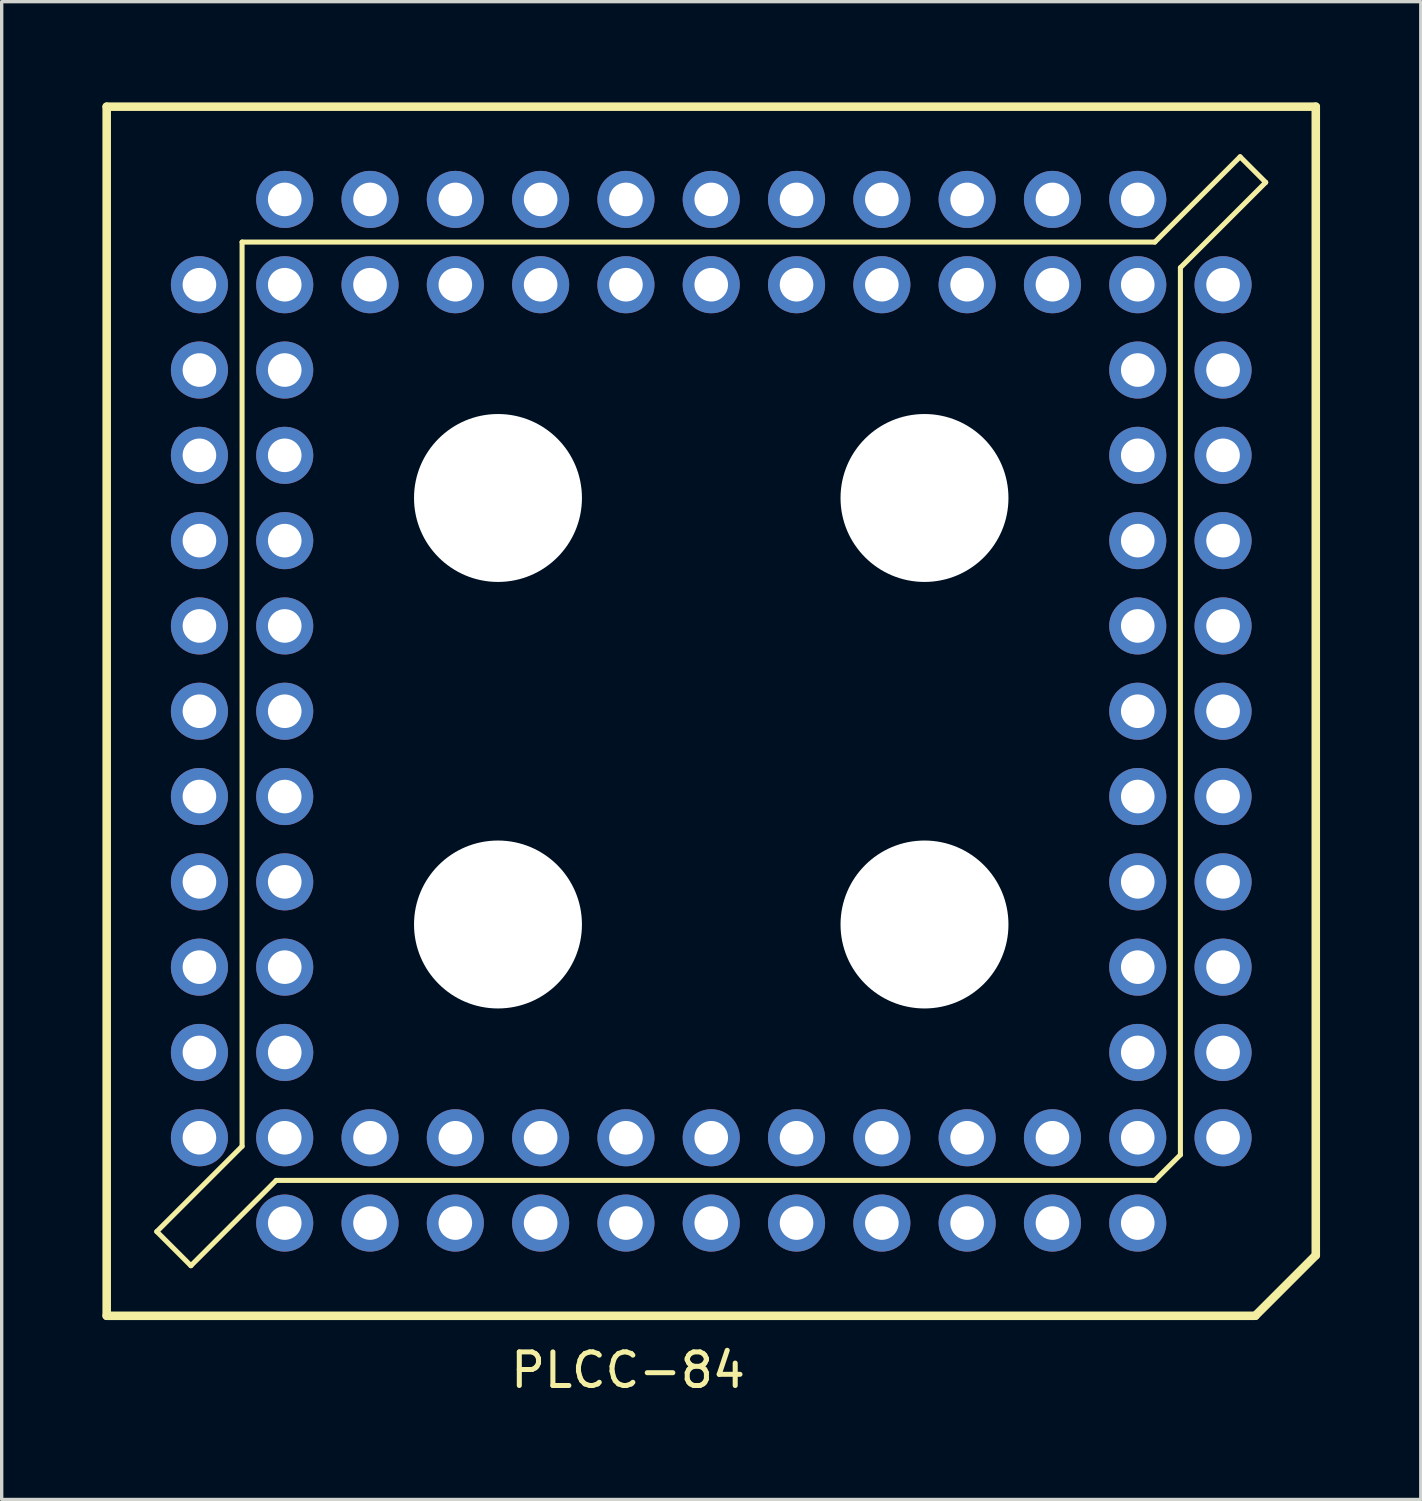
<source format=kicad_pcb>
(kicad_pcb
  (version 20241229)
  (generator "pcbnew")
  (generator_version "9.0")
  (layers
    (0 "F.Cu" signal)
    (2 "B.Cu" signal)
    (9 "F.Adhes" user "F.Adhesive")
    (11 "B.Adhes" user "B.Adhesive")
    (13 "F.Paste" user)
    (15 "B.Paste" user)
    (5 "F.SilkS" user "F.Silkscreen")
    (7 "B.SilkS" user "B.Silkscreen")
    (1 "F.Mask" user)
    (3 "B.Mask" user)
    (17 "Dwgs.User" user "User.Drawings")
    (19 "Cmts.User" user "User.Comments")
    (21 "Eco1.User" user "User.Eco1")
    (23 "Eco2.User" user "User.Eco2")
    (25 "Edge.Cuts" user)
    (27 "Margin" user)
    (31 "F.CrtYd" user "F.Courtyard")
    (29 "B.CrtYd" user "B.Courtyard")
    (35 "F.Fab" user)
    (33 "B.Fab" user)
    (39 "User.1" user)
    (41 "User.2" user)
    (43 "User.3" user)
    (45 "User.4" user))
  (footprint "PLCC-84"
    (layer "F.Cu")
    (at 18.128 18.128)
    (property "Reference" "PLCC-84" (at -2.477 19.622 0) (layer "F.SilkS") (effects (font (size 1 1) (thickness 0.15))))
    (attr through_hole)
    (fp_line (start -18.001 -18.001) (end -18.001 18.001) (stroke (width 0.254) (type solid)) (layer "F.SilkS"))
    (fp_line (start -18.001 18.001) (end 16.2 18.001) (stroke (width 0.254) (type solid)) (layer "F.SilkS"))
    (fp_line (start -16.51 15.494) (end -13.97 12.954) (stroke (width 0.15) (type solid)) (layer "F.SilkS"))
    (fp_line (start -15.494 16.51) (end -16.51 15.494) (stroke (width 0.15) (type solid)) (layer "F.SilkS"))
    (fp_line (start -13.97 -13.97) (end 13.208 -13.97) (stroke (width 0.15) (type solid)) (layer "F.SilkS"))
    (fp_line (start -13.97 12.954) (end -13.97 -13.97) (stroke (width 0.15) (type solid)) (layer "F.SilkS"))
    (fp_line (start -12.954 13.97) (end -15.494 16.51) (stroke (width 0.15) (type solid)) (layer "F.SilkS"))
    (fp_line (start 13.208 -13.97) (end 15.748 -16.51) (stroke (width 0.15) (type solid)) (layer "F.SilkS"))
    (fp_line (start 13.208 13.97) (end -12.954 13.97) (stroke (width 0.15) (type solid)) (layer "F.SilkS"))
    (fp_line (start 13.97 -13.208) (end 13.97 13.208) (stroke (width 0.15) (type solid)) (layer "F.SilkS"))
    (fp_line (start 13.97 13.208) (end 13.208 13.97) (stroke (width 0.15) (type solid)) (layer "F.SilkS"))
    (fp_line (start 15.748 -16.51) (end 16.51 -15.748) (stroke (width 0.15) (type solid)) (layer "F.SilkS"))
    (fp_line (start 16.2 18.001) (end 18.001 16.2) (stroke (width 0.254) (type solid)) (layer "F.SilkS"))
    (fp_line (start 16.51 -15.748) (end 13.97 -13.208) (stroke (width 0.15) (type solid)) (layer "F.SilkS"))
    (fp_line (start 18.001 -18.001) (end -18.001 -18.001) (stroke (width 0.254) (type solid)) (layer "F.SilkS"))
    (fp_line (start 18.001 16.2) (end 18.001 -18.001) (stroke (width 0.254) (type solid)) (layer "F.SilkS"))
    (pad "" np_thru_hole circle (at -6.35 -6.35) (size 5 5) (drill 5) (layers "*.Cu" "*.Mask"))
    (pad "" np_thru_hole circle (at -6.35 6.35) (size 5 5) (drill 5) (layers "*.Cu" "*.Mask"))
    (pad "" np_thru_hole circle (at 6.35 -6.35) (size 5 5) (drill 5) (layers "*.Cu" "*.Mask"))
    (pad "" np_thru_hole circle (at 6.35 6.35) (size 5 5) (drill 5) (layers "*.Cu" "*.Mask"))
    (pad "1" thru_hole circle (at 0 15.24) (size 1.7 1.7) (drill 1) (layers "*.Cu" "*.Mask"))
    (pad "2" thru_hole circle (at 0 12.7) (size 1.7 1.7) (drill 1) (layers "*.Cu" "*.Mask"))
    (pad "3" thru_hole circle (at 2.54 15.24) (size 1.7 1.7) (drill 1) (layers "*.Cu" "*.Mask"))
    (pad "4" thru_hole circle (at 2.54 12.7) (size 1.7 1.7) (drill 1) (layers "*.Cu" "*.Mask"))
    (pad "5" thru_hole circle (at 5.08 15.24) (size 1.7 1.7) (drill 1) (layers "*.Cu" "*.Mask"))
    (pad "6" thru_hole circle (at 5.08 12.7) (size 1.7 1.7) (drill 1) (layers "*.Cu" "*.Mask"))
    (pad "7" thru_hole circle (at 7.62 15.24) (size 1.7 1.7) (drill 1) (layers "*.Cu" "*.Mask"))
    (pad "8" thru_hole circle (at 7.62 12.7) (size 1.7 1.7) (drill 1) (layers "*.Cu" "*.Mask"))
    (pad "9" thru_hole circle (at 10.16 15.24) (size 1.7 1.7) (drill 1) (layers "*.Cu" "*.Mask"))
    (pad "10" thru_hole circle (at 10.16 12.7) (size 1.7 1.7) (drill 1) (layers "*.Cu" "*.Mask"))
    (pad "11" thru_hole circle (at 12.7 15.24) (size 1.7 1.7) (drill 1) (layers "*.Cu" "*.Mask"))
    (pad "12" thru_hole circle (at 15.24 12.7) (size 1.7 1.7) (drill 1) (layers "*.Cu" "*.Mask"))
    (pad "13" thru_hole circle (at 12.7 12.7) (size 1.7 1.7) (drill 1) (layers "*.Cu" "*.Mask"))
    (pad "14" thru_hole circle (at 15.24 10.16) (size 1.7 1.7) (drill 1) (layers "*.Cu" "*.Mask"))
    (pad "15" thru_hole circle (at 12.7 10.16) (size 1.7 1.7) (drill 1) (layers "*.Cu" "*.Mask"))
    (pad "16" thru_hole circle (at 15.24 7.62) (size 1.7 1.7) (drill 1) (layers "*.Cu" "*.Mask"))
    (pad "17" thru_hole circle (at 12.7 7.62) (size 1.7 1.7) (drill 1) (layers "*.Cu" "*.Mask"))
    (pad "18" thru_hole circle (at 15.24 5.08) (size 1.7 1.7) (drill 1) (layers "*.Cu" "*.Mask"))
    (pad "19" thru_hole circle (at 12.7 5.08) (size 1.7 1.7) (drill 1) (layers "*.Cu" "*.Mask"))
    (pad "20" thru_hole circle (at 15.24 2.54) (size 1.7 1.7) (drill 1) (layers "*.Cu" "*.Mask"))
    (pad "21" thru_hole circle (at 12.7 2.54) (size 1.7 1.7) (drill 1) (layers "*.Cu" "*.Mask"))
    (pad "22" thru_hole circle (at 15.24 0) (size 1.7 1.7) (drill 1) (layers "*.Cu" "*.Mask"))
    (pad "23" thru_hole circle (at 12.7 0) (size 1.7 1.7) (drill 1) (layers "*.Cu" "*.Mask"))
    (pad "24" thru_hole circle (at 15.24 -2.54) (size 1.7 1.7) (drill 1) (layers "*.Cu" "*.Mask"))
    (pad "25" thru_hole circle (at 12.7 -2.54) (size 1.7 1.7) (drill 1) (layers "*.Cu" "*.Mask"))
    (pad "26" thru_hole circle (at 15.24 -5.08) (size 1.7 1.7) (drill 1) (layers "*.Cu" "*.Mask"))
    (pad "27" thru_hole circle (at 12.7 -5.08) (size 1.7 1.7) (drill 1) (layers "*.Cu" "*.Mask"))
    (pad "28" thru_hole circle (at 15.24 -7.62) (size 1.7 1.7) (drill 1) (layers "*.Cu" "*.Mask"))
    (pad "29" thru_hole circle (at 12.7 -7.62) (size 1.7 1.7) (drill 1) (layers "*.Cu" "*.Mask"))
    (pad "30" thru_hole circle (at 15.24 -10.16) (size 1.7 1.7) (drill 1) (layers "*.Cu" "*.Mask"))
    (pad "31" thru_hole circle (at 12.7 -10.16) (size 1.7 1.7) (drill 1) (layers "*.Cu" "*.Mask"))
    (pad "32" thru_hole circle (at 15.24 -12.7) (size 1.7 1.7) (drill 1) (layers "*.Cu" "*.Mask"))
    (pad "33" thru_hole circle (at 12.7 -15.24) (size 1.7 1.7) (drill 1) (layers "*.Cu" "*.Mask"))
    (pad "34" thru_hole circle (at 12.7 -12.7) (size 1.7 1.7) (drill 1) (layers "*.Cu" "*.Mask"))
    (pad "35" thru_hole circle (at 10.16 -15.24) (size 1.7 1.7) (drill 1) (layers "*.Cu" "*.Mask"))
    (pad "36" thru_hole circle (at 10.16 -12.7) (size 1.7 1.7) (drill 1) (layers "*.Cu" "*.Mask"))
    (pad "37" thru_hole circle (at 7.62 -15.24) (size 1.7 1.7) (drill 1) (layers "*.Cu" "*.Mask"))
    (pad "38" thru_hole circle (at 7.62 -12.7) (size 1.7 1.7) (drill 1) (layers "*.Cu" "*.Mask"))
    (pad "39" thru_hole circle (at 5.08 -15.24) (size 1.7 1.7) (drill 1) (layers "*.Cu" "*.Mask"))
    (pad "40" thru_hole circle (at 5.08 -12.7) (size 1.7 1.7) (drill 1) (layers "*.Cu" "*.Mask"))
    (pad "41" thru_hole circle (at 2.54 -15.24) (size 1.7 1.7) (drill 1) (layers "*.Cu" "*.Mask"))
    (pad "42" thru_hole circle (at 2.54 -12.7) (size 1.7 1.7) (drill 1) (layers "*.Cu" "*.Mask"))
    (pad "43" thru_hole circle (at 0 -15.24) (size 1.7 1.7) (drill 1) (layers "*.Cu" "*.Mask"))
    (pad "44" thru_hole circle (at 0 -12.7) (size 1.7 1.7) (drill 1) (layers "*.Cu" "*.Mask"))
    (pad "45" thru_hole circle (at -2.54 -15.24) (size 1.7 1.7) (drill 1) (layers "*.Cu" "*.Mask"))
    (pad "46" thru_hole circle (at -2.54 -12.7) (size 1.7 1.7) (drill 1) (layers "*.Cu" "*.Mask"))
    (pad "47" thru_hole circle (at -5.08 -15.24) (size 1.7 1.7) (drill 1) (layers "*.Cu" "*.Mask"))
    (pad "48" thru_hole circle (at -5.08 -12.7) (size 1.7 1.7) (drill 1) (layers "*.Cu" "*.Mask"))
    (pad "49" thru_hole circle (at -7.62 -15.24) (size 1.7 1.7) (drill 1) (layers "*.Cu" "*.Mask"))
    (pad "50" thru_hole circle (at -7.62 -12.7) (size 1.7 1.7) (drill 1) (layers "*.Cu" "*.Mask"))
    (pad "51" thru_hole circle (at -10.16 -15.24) (size 1.7 1.7) (drill 1) (layers "*.Cu" "*.Mask"))
    (pad "52" thru_hole circle (at -10.16 -12.7) (size 1.7 1.7) (drill 1) (layers "*.Cu" "*.Mask"))
    (pad "53" thru_hole circle (at -12.7 -15.24) (size 1.7 1.7) (drill 1) (layers "*.Cu" "*.Mask"))
    (pad "54" thru_hole circle (at -15.24 -12.7) (size 1.7 1.7) (drill 1) (layers "*.Cu" "*.Mask"))
    (pad "55" thru_hole circle (at -12.7 -12.7) (size 1.7 1.7) (drill 1) (layers "*.Cu" "*.Mask"))
    (pad "56" thru_hole circle (at -15.24 -10.16) (size 1.7 1.7) (drill 1) (layers "*.Cu" "*.Mask"))
    (pad "57" thru_hole circle (at -12.7 -10.16) (size 1.7 1.7) (drill 1) (layers "*.Cu" "*.Mask"))
    (pad "58" thru_hole circle (at -15.24 -7.62) (size 1.7 1.7) (drill 1) (layers "*.Cu" "*.Mask"))
    (pad "59" thru_hole circle (at -12.7 -7.62) (size 1.7 1.7) (drill 1) (layers "*.Cu" "*.Mask"))
    (pad "60" thru_hole circle (at -15.24 -5.08) (size 1.7 1.7) (drill 1) (layers "*.Cu" "*.Mask"))
    (pad "61" thru_hole circle (at -12.7 -5.08) (size 1.7 1.7) (drill 1) (layers "*.Cu" "*.Mask"))
    (pad "62" thru_hole circle (at -15.24 -2.54) (size 1.7 1.7) (drill 1) (layers "*.Cu" "*.Mask"))
    (pad "63" thru_hole circle (at -12.7 -2.54) (size 1.7 1.7) (drill 1) (layers "*.Cu" "*.Mask"))
    (pad "64" thru_hole circle (at -15.24 0) (size 1.7 1.7) (drill 1) (layers "*.Cu" "*.Mask"))
    (pad "65" thru_hole circle (at -12.7 0) (size 1.7 1.7) (drill 1) (layers "*.Cu" "*.Mask"))
    (pad "66" thru_hole circle (at -15.24 2.54) (size 1.7 1.7) (drill 1) (layers "*.Cu" "*.Mask"))
    (pad "67" thru_hole circle (at -12.7 2.54) (size 1.7 1.7) (drill 1) (layers "*.Cu" "*.Mask"))
    (pad "68" thru_hole circle (at -15.24 5.08) (size 1.7 1.7) (drill 1) (layers "*.Cu" "*.Mask"))
    (pad "69" thru_hole circle (at -12.7 5.08) (size 1.7 1.7) (drill 1) (layers "*.Cu" "*.Mask"))
    (pad "70" thru_hole circle (at -15.24 7.62) (size 1.7 1.7) (drill 1) (layers "*.Cu" "*.Mask"))
    (pad "71" thru_hole circle (at -12.7 7.62) (size 1.7 1.7) (drill 1) (layers "*.Cu" "*.Mask"))
    (pad "72" thru_hole circle (at -15.24 10.16) (size 1.7 1.7) (drill 1) (layers "*.Cu" "*.Mask"))
    (pad "73" thru_hole circle (at -12.7 10.16) (size 1.7 1.7) (drill 1) (layers "*.Cu" "*.Mask"))
    (pad "74" thru_hole circle (at -15.24 12.7) (size 1.7 1.7) (drill 1) (layers "*.Cu" "*.Mask"))
    (pad "75" thru_hole circle (at -12.7 15.24) (size 1.7 1.7) (drill 1) (layers "*.Cu" "*.Mask"))
    (pad "76" thru_hole circle (at -12.7 12.7) (size 1.7 1.7) (drill 1) (layers "*.Cu" "*.Mask"))
    (pad "77" thru_hole circle (at -10.16 15.24) (size 1.7 1.7) (drill 1) (layers "*.Cu" "*.Mask"))
    (pad "78" thru_hole circle (at -10.16 12.7) (size 1.7 1.7) (drill 1) (layers "*.Cu" "*.Mask"))
    (pad "79" thru_hole circle (at -7.62 15.24) (size 1.7 1.7) (drill 1) (layers "*.Cu" "*.Mask"))
    (pad "80" thru_hole circle (at -7.62 12.7) (size 1.7 1.7) (drill 1) (layers "*.Cu" "*.Mask"))
    (pad "81" thru_hole circle (at -5.08 15.24) (size 1.7 1.7) (drill 1) (layers "*.Cu" "*.Mask"))
    (pad "82" thru_hole circle (at -5.08 12.7) (size 1.7 1.7) (drill 1) (layers "*.Cu" "*.Mask"))
    (pad "83" thru_hole circle (at -2.54 15.24) (size 1.7 1.7) (drill 1) (layers "*.Cu" "*.Mask"))
    (pad "84" thru_hole circle (at -2.54 12.7) (size 1.7 1.7) (drill 1) (layers "*.Cu" "*.Mask")))
  (gr_rect
    (start -3 -3)
    (end 39.256 41.598)
    (stroke (width 0.1) (type default))
    (fill no)
    (layer "Edge.Cuts")))
</source>
